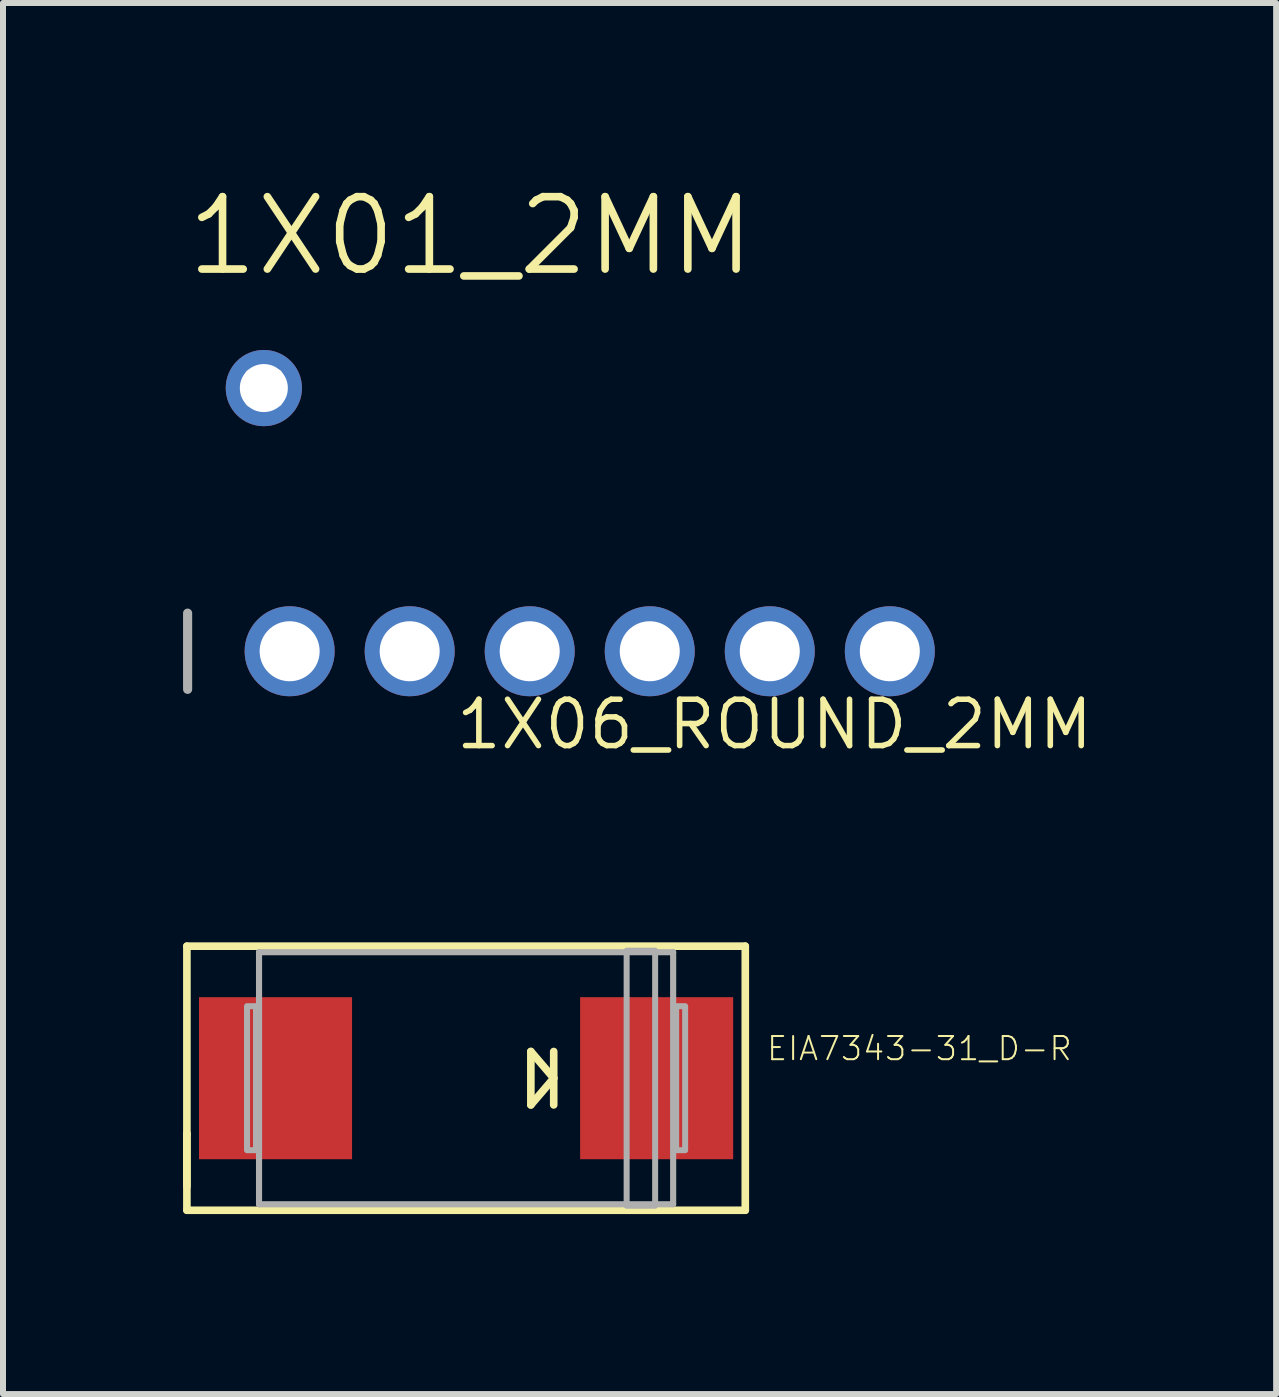
<source format=kicad_pcb>
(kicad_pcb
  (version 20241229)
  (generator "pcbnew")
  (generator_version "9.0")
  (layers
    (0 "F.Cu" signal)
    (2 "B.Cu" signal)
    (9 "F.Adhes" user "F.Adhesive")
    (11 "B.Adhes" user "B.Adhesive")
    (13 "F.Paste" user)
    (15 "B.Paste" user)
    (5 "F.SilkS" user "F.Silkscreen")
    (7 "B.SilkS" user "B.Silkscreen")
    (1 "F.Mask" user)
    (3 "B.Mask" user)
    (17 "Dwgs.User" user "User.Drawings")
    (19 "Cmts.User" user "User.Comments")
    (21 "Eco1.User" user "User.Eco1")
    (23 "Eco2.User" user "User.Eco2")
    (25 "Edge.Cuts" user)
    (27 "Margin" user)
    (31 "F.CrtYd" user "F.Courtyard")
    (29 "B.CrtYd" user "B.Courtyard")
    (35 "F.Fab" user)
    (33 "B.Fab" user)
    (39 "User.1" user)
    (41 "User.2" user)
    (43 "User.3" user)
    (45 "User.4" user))
  (footprint "1X01_2MM"
    (layer "F.Cu")
    (at 1.346 3.416)
    (property "Reference" "1X01_2MM" (at -1.346 -1.829 0) (layer "F.SilkS") (effects (font (size 1.206 1.206) (thickness 0.127)) (justify left bottom)))
    (attr through_hole)
    (fp_poly (pts (xy -0.254 0.254) (xy 0.254 0.254) (xy 0.254 -0.254) (xy -0.254 -0.254)) (stroke (width 0.1) (type solid)) (fill no) (layer "F.Fab"))
    (pad "1" thru_hole circle (at 0 0 90) (size 1.27 1.27) (drill 0.8) (layers "*.Cu" "*.Mask")))
  (footprint "1X06_ROUND_2MM"
    (layer "F.Cu")
    (at 1.616 7.801)
    (property "Reference" "1X06_ROUND_2MM" (at 2.884 1.671 180) (layer "F.SilkS") (effects (font (size 0.772 0.772) (thickness 0.093)) (justify left bottom)))
    (attr through_hole)
    (fp_line (start -1.54 -0.635) (end -1.54 0.635) (stroke (width 0.152) (type solid)) (layer "F.Fab"))
    (fp_poly (pts (xy -0.074 0.254) (xy 0.434 0.254) (xy 0.434 -0.254) (xy -0.074 -0.254)) (stroke (width 0.1) (type solid)) (fill no) (layer "F.Fab"))
    (fp_poly (pts (xy 1.926 0.254) (xy 2.434 0.254) (xy 2.434 -0.254) (xy 1.926 -0.254)) (stroke (width 0.1) (type solid)) (fill no) (layer "F.Fab"))
    (fp_poly (pts (xy 3.926 0.254) (xy 4.434 0.254) (xy 4.434 -0.254) (xy 3.926 -0.254)) (stroke (width 0.1) (type solid)) (fill no) (layer "F.Fab"))
    (fp_poly (pts (xy 5.926 0.254) (xy 6.434 0.254) (xy 6.434 -0.254) (xy 5.926 -0.254)) (stroke (width 0.1) (type solid)) (fill no) (layer "F.Fab"))
    (fp_poly (pts (xy 7.926 0.254) (xy 8.434 0.254) (xy 8.434 -0.254) (xy 7.926 -0.254)) (stroke (width 0.1) (type solid)) (fill no) (layer "F.Fab"))
    (fp_poly (pts (xy 9.926 0.254) (xy 10.434 0.254) (xy 10.434 -0.254) (xy 9.926 -0.254)) (stroke (width 0.1) (type solid)) (fill no) (layer "F.Fab"))
    (pad "1" thru_hole circle (at 0.16 0 90) (size 1.5 1.5) (drill 1) (layers "*.Cu" "*.Mask"))
    (pad "2" thru_hole circle (at 2.16 0 90) (size 1.5 1.5) (drill 1) (layers "*.Cu" "*.Mask"))
    (pad "3" thru_hole circle (at 4.16 0 90) (size 1.5 1.5) (drill 1) (layers "*.Cu" "*.Mask"))
    (pad "4" thru_hole circle (at 6.16 0 90) (size 1.5 1.5) (drill 1) (layers "*.Cu" "*.Mask"))
    (pad "5" thru_hole circle (at 8.16 0 90) (size 1.5 1.5) (drill 1) (layers "*.Cu" "*.Mask"))
    (pad "6" thru_hole circle (at 10.16 0 90) (size 1.5 1.5) (drill 1) (layers "*.Cu" "*.Mask")))
  (footprint "EIA7343-31_D-R"
    (layer "F.Cu")
    (at 4.716 14.915)
    (property "Reference" "EIA7343-31_D-R" (at 4.986 -0.268 0) (layer "F.SilkS") (effects (font (size 0.386 0.386) (thickness 0.033)) (justify left bottom)))
    (attr through_hole)
    (fp_line (start -4.652 -2.2) (end 4.652 -2.2) (stroke (width 0.127) (type solid)) (layer "F.SilkS"))
    (fp_line (start -4.652 0.928) (end -4.652 -2.2) (stroke (width 0.127) (type solid)) (layer "F.SilkS"))
    (fp_line (start -4.652 1.802) (end -4.652 0.928) (stroke (width 0.127) (type solid)) (layer "F.SilkS"))
    (fp_line (start -4.652 2.2) (end -4.652 0.928) (stroke (width 0.127) (type solid)) (layer "F.SilkS"))
    (fp_line (start 1.079 -0.445) (end 1.079 0.445) (stroke (width 0.127) (type solid)) (layer "F.SilkS"))
    (fp_line (start 1.079 0.445) (end 1.46 0) (stroke (width 0.127) (type solid)) (layer "F.SilkS"))
    (fp_line (start 1.46 -0.445) (end 1.46 0.445) (stroke (width 0.127) (type solid)) (layer "F.SilkS"))
    (fp_line (start 1.46 0) (end 1.079 -0.445) (stroke (width 0.127) (type solid)) (layer "F.SilkS"))
    (fp_line (start 4.652 -2.2) (end 4.652 2.2) (stroke (width 0.127) (type solid)) (layer "F.SilkS"))
    (fp_line (start 4.652 2.2) (end -4.652 2.2) (stroke (width 0.127) (type solid)) (layer "F.SilkS"))
    (fp_line (start -3.45 -2.1) (end 3.45 -2.1) (stroke (width 0.102) (type solid)) (layer "F.Fab"))
    (fp_line (start -3.45 2.1) (end -3.45 -2.1) (stroke (width 0.102) (type solid)) (layer "F.Fab"))
    (fp_line (start 3.45 -2.1) (end 3.45 2.1) (stroke (width 0.102) (type solid)) (layer "F.Fab"))
    (fp_line (start 3.45 2.1) (end -3.45 2.1) (stroke (width 0.102) (type solid)) (layer "F.Fab"))
    (fp_poly (pts (xy -3.65 1.2) (xy -3.5 1.2) (xy -3.5 -1.2) (xy -3.65 -1.2)) (stroke (width 0.1) (type solid)) (fill no) (layer "F.Fab"))
    (fp_poly (pts (xy 2.675 2.125) (xy 3.15 2.125) (xy 3.15 -2.125) (xy 2.675 -2.125)) (stroke (width 0.1) (type solid)) (fill no) (layer "F.Fab"))
    (fp_poly (pts (xy 3.5 1.2) (xy 3.65 1.2) (xy 3.65 -1.2) (xy 3.5 -1.2)) (stroke (width 0.1) (type solid)) (fill no) (layer "F.Fab"))
    (pad "+" smd rect (at 3.175 0) (size 2.55 2.7) (layers "F.Cu" "F.Mask" "F.Paste"))
    (pad "-" smd rect (at -3.175 0) (size 2.55 2.7) (layers "F.Cu" "F.Mask" "F.Paste")))
  (gr_rect
    (start -3 -3)
    (end 18.213 20.178)
    (stroke (width 0.1) (type default))
    (fill no)
    (layer "Edge.Cuts")))
</source>
